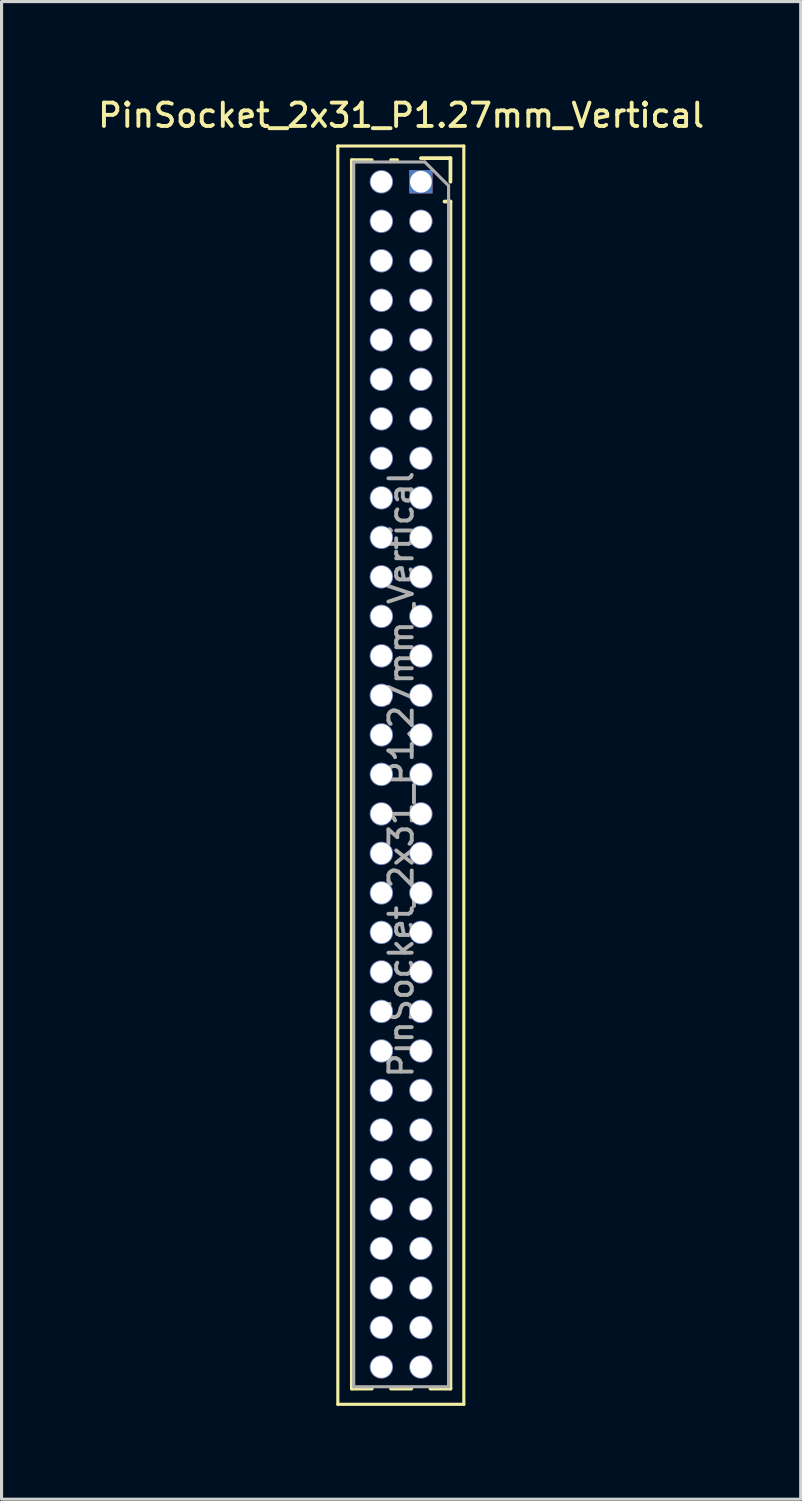
<source format=kicad_pcb>
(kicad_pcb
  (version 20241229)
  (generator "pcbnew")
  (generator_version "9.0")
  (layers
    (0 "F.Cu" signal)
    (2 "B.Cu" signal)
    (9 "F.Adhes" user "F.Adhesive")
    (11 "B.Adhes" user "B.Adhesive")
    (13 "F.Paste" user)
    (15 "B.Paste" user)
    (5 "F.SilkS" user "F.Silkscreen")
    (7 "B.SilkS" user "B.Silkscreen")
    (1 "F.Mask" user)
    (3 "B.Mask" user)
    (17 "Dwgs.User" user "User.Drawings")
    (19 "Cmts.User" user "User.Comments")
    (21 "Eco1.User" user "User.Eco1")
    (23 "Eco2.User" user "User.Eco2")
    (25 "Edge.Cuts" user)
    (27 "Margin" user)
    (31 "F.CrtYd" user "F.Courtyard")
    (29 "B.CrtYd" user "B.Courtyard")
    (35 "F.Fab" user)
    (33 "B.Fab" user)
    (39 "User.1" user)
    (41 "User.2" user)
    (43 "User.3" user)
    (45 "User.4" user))
  (footprint "PinSocket_2x31_P1.27mm_Vertical"
    (layer "F.Cu")
    (at 10.48 2.793)
    (property "Reference" "PinSocket_2x31_P1.27mm_Vertical" (at -0.635 -2.135 0) (layer "F.SilkS") (effects (font (size 0.75 0.75) (thickness 0.125))))
    (attr through_hole)
    (fp_line (start -2.67 -1.15) (end 1.38 -1.15) (stroke (width 0.1) (type solid)) (layer "F.SilkS"))
    (fp_line (start -2.67 39.3) (end -2.67 -1.15) (stroke (width 0.1) (type solid)) (layer "F.SilkS"))
    (fp_line (start -2.22 -0.695) (end -2.22 38.795) (stroke (width 0.12) (type solid)) (layer "F.SilkS"))
    (fp_line (start -2.22 -0.695) (end -1.578 -0.695) (stroke (width 0.12) (type solid)) (layer "F.SilkS"))
    (fp_line (start -2.22 38.795) (end -1.578 38.795) (stroke (width 0.12) (type solid)) (layer "F.SilkS"))
    (fp_line (start -0.962 -0.695) (end -0.76 -0.695) (stroke (width 0.12) (type solid)) (layer "F.SilkS"))
    (fp_line (start -0.962 38.795) (end -0.308 38.795) (stroke (width 0.12) (type solid)) (layer "F.SilkS"))
    (fp_line (start 0 -0.76) (end 0.95 -0.76) (stroke (width 0.12) (type solid)) (layer "F.SilkS"))
    (fp_line (start 0.308 38.795) (end 0.95 38.795) (stroke (width 0.12) (type solid)) (layer "F.SilkS"))
    (fp_line (start 0.76 0.635) (end 0.95 0.635) (stroke (width 0.12) (type solid)) (layer "F.SilkS"))
    (fp_line (start 0.95 -0.76) (end 0.95 0) (stroke (width 0.12) (type solid)) (layer "F.SilkS"))
    (fp_line (start 0.95 0.635) (end 0.95 38.795) (stroke (width 0.12) (type solid)) (layer "F.SilkS"))
    (fp_line (start 1.38 -1.15) (end 1.38 39.3) (stroke (width 0.1) (type solid)) (layer "F.SilkS"))
    (fp_line (start 1.38 39.3) (end -2.67 39.3) (stroke (width 0.1) (type solid)) (layer "F.SilkS"))
    (fp_line (start -2.16 -0.635) (end 0.128 -0.635) (stroke (width 0.1) (type solid)) (layer "F.Fab"))
    (fp_line (start -2.16 38.735) (end -2.16 -0.635) (stroke (width 0.1) (type solid)) (layer "F.Fab"))
    (fp_line (start 0.128 -0.635) (end 0.89 0.128) (stroke (width 0.1) (type solid)) (layer "F.Fab"))
    (fp_line (start 0.89 0.128) (end 0.89 38.735) (stroke (width 0.1) (type solid)) (layer "F.Fab"))
    (fp_line (start 0.89 38.735) (end -2.16 38.735) (stroke (width 0.1) (type solid)) (layer "F.Fab"))
    (fp_text user "${REFERENCE}" (at -0.635 19.05 90) (layer "F.Fab") (effects (font (size 0.75 0.75) (thickness 0.125))))
    (pad "1" thru_hole rect (at 0 0) (size 0.75 0.75) (drill 0.7) (layers "*.Cu" "*.Mask"))
    (pad "2" thru_hole oval (at -1.27 0) (size 0.75 0.75) (drill 0.7) (layers "*.Cu" "*.Mask"))
    (pad "3" thru_hole oval (at 0 1.27) (size 0.75 0.75) (drill 0.7) (layers "*.Cu" "*.Mask"))
    (pad "4" thru_hole oval (at -1.27 1.27) (size 0.75 0.75) (drill 0.7) (layers "*.Cu" "*.Mask"))
    (pad "5" thru_hole oval (at 0 2.54) (size 0.75 0.75) (drill 0.7) (layers "*.Cu" "*.Mask"))
    (pad "6" thru_hole oval (at -1.27 2.54) (size 0.75 0.75) (drill 0.7) (layers "*.Cu" "*.Mask"))
    (pad "7" thru_hole oval (at 0 3.81) (size 0.75 0.75) (drill 0.7) (layers "*.Cu" "*.Mask"))
    (pad "8" thru_hole oval (at -1.27 3.81) (size 0.75 0.75) (drill 0.7) (layers "*.Cu" "*.Mask"))
    (pad "9" thru_hole oval (at 0 5.08) (size 0.75 0.75) (drill 0.7) (layers "*.Cu" "*.Mask"))
    (pad "10" thru_hole oval (at -1.27 5.08) (size 0.75 0.75) (drill 0.7) (layers "*.Cu" "*.Mask"))
    (pad "11" thru_hole oval (at 0 6.35) (size 0.75 0.75) (drill 0.7) (layers "*.Cu" "*.Mask"))
    (pad "12" thru_hole oval (at -1.27 6.35) (size 0.75 0.75) (drill 0.7) (layers "*.Cu" "*.Mask"))
    (pad "13" thru_hole oval (at 0 7.62) (size 0.75 0.75) (drill 0.7) (layers "*.Cu" "*.Mask"))
    (pad "14" thru_hole oval (at -1.27 7.62) (size 0.75 0.75) (drill 0.7) (layers "*.Cu" "*.Mask"))
    (pad "15" thru_hole oval (at 0 8.89) (size 0.75 0.75) (drill 0.7) (layers "*.Cu" "*.Mask"))
    (pad "16" thru_hole oval (at -1.27 8.89) (size 0.75 0.75) (drill 0.7) (layers "*.Cu" "*.Mask"))
    (pad "17" thru_hole oval (at 0 10.16) (size 0.75 0.75) (drill 0.7) (layers "*.Cu" "*.Mask"))
    (pad "18" thru_hole oval (at -1.27 10.16) (size 0.75 0.75) (drill 0.7) (layers "*.Cu" "*.Mask"))
    (pad "19" thru_hole oval (at 0 11.43) (size 0.75 0.75) (drill 0.7) (layers "*.Cu" "*.Mask"))
    (pad "20" thru_hole oval (at -1.27 11.43) (size 0.75 0.75) (drill 0.7) (layers "*.Cu" "*.Mask"))
    (pad "21" thru_hole oval (at 0 12.7) (size 0.75 0.75) (drill 0.7) (layers "*.Cu" "*.Mask"))
    (pad "22" thru_hole oval (at -1.27 12.7) (size 0.75 0.75) (drill 0.7) (layers "*.Cu" "*.Mask"))
    (pad "23" thru_hole oval (at 0 13.97) (size 0.75 0.75) (drill 0.7) (layers "*.Cu" "*.Mask"))
    (pad "24" thru_hole oval (at -1.27 13.97) (size 0.75 0.75) (drill 0.7) (layers "*.Cu" "*.Mask"))
    (pad "25" thru_hole oval (at 0 15.24) (size 0.75 0.75) (drill 0.7) (layers "*.Cu" "*.Mask"))
    (pad "26" thru_hole oval (at -1.27 15.24) (size 0.75 0.75) (drill 0.7) (layers "*.Cu" "*.Mask"))
    (pad "27" thru_hole oval (at 0 16.51) (size 0.75 0.75) (drill 0.7) (layers "*.Cu" "*.Mask"))
    (pad "28" thru_hole oval (at -1.27 16.51) (size 0.75 0.75) (drill 0.7) (layers "*.Cu" "*.Mask"))
    (pad "29" thru_hole oval (at 0 17.78) (size 0.75 0.75) (drill 0.7) (layers "*.Cu" "*.Mask"))
    (pad "30" thru_hole oval (at -1.27 17.78) (size 0.75 0.75) (drill 0.7) (layers "*.Cu" "*.Mask"))
    (pad "31" thru_hole oval (at 0 19.05) (size 0.75 0.75) (drill 0.7) (layers "*.Cu" "*.Mask"))
    (pad "32" thru_hole oval (at -1.27 19.05) (size 0.75 0.75) (drill 0.7) (layers "*.Cu" "*.Mask"))
    (pad "33" thru_hole oval (at 0 20.32) (size 0.75 0.75) (drill 0.7) (layers "*.Cu" "*.Mask"))
    (pad "34" thru_hole oval (at -1.27 20.32) (size 0.75 0.75) (drill 0.7) (layers "*.Cu" "*.Mask"))
    (pad "35" thru_hole oval (at 0 21.59) (size 0.75 0.75) (drill 0.7) (layers "*.Cu" "*.Mask"))
    (pad "36" thru_hole oval (at -1.27 21.59) (size 0.75 0.75) (drill 0.7) (layers "*.Cu" "*.Mask"))
    (pad "37" thru_hole oval (at 0 22.86) (size 0.75 0.75) (drill 0.7) (layers "*.Cu" "*.Mask"))
    (pad "38" thru_hole oval (at -1.27 22.86) (size 0.75 0.75) (drill 0.7) (layers "*.Cu" "*.Mask"))
    (pad "39" thru_hole oval (at 0 24.13) (size 0.75 0.75) (drill 0.7) (layers "*.Cu" "*.Mask"))
    (pad "40" thru_hole oval (at -1.27 24.13) (size 0.75 0.75) (drill 0.7) (layers "*.Cu" "*.Mask"))
    (pad "41" thru_hole oval (at 0 25.4) (size 0.75 0.75) (drill 0.7) (layers "*.Cu" "*.Mask"))
    (pad "42" thru_hole oval (at -1.27 25.4) (size 0.75 0.75) (drill 0.7) (layers "*.Cu" "*.Mask"))
    (pad "43" thru_hole oval (at 0 26.67) (size 0.75 0.75) (drill 0.7) (layers "*.Cu" "*.Mask"))
    (pad "44" thru_hole oval (at -1.27 26.67) (size 0.75 0.75) (drill 0.7) (layers "*.Cu" "*.Mask"))
    (pad "45" thru_hole oval (at 0 27.94) (size 0.75 0.75) (drill 0.7) (layers "*.Cu" "*.Mask"))
    (pad "46" thru_hole oval (at -1.27 27.94) (size 0.75 0.75) (drill 0.7) (layers "*.Cu" "*.Mask"))
    (pad "47" thru_hole oval (at 0 29.21) (size 0.75 0.75) (drill 0.7) (layers "*.Cu" "*.Mask"))
    (pad "48" thru_hole oval (at -1.27 29.21) (size 0.75 0.75) (drill 0.7) (layers "*.Cu" "*.Mask"))
    (pad "49" thru_hole oval (at 0 30.48) (size 0.75 0.75) (drill 0.7) (layers "*.Cu" "*.Mask"))
    (pad "50" thru_hole oval (at -1.27 30.48) (size 0.75 0.75) (drill 0.7) (layers "*.Cu" "*.Mask"))
    (pad "51" thru_hole oval (at 0 31.75) (size 0.75 0.75) (drill 0.7) (layers "*.Cu" "*.Mask"))
    (pad "52" thru_hole oval (at -1.27 31.75) (size 0.75 0.75) (drill 0.7) (layers "*.Cu" "*.Mask"))
    (pad "53" thru_hole oval (at 0 33.02) (size 0.75 0.75) (drill 0.7) (layers "*.Cu" "*.Mask"))
    (pad "54" thru_hole oval (at -1.27 33.02) (size 0.75 0.75) (drill 0.7) (layers "*.Cu" "*.Mask"))
    (pad "55" thru_hole oval (at 0 34.29) (size 0.75 0.75) (drill 0.7) (layers "*.Cu" "*.Mask"))
    (pad "56" thru_hole oval (at -1.27 34.29) (size 0.75 0.75) (drill 0.7) (layers "*.Cu" "*.Mask"))
    (pad "57" thru_hole oval (at 0 35.56) (size 0.75 0.75) (drill 0.7) (layers "*.Cu" "*.Mask"))
    (pad "58" thru_hole oval (at -1.27 35.56) (size 0.75 0.75) (drill 0.7) (layers "*.Cu" "*.Mask"))
    (pad "59" thru_hole oval (at 0 36.83) (size 0.75 0.75) (drill 0.7) (layers "*.Cu" "*.Mask"))
    (pad "60" thru_hole oval (at -1.27 36.83) (size 0.75 0.75) (drill 0.7) (layers "*.Cu" "*.Mask"))
    (pad "61" thru_hole oval (at 0 38.1) (size 0.75 0.75) (drill 0.7) (layers "*.Cu" "*.Mask"))
    (pad "62" thru_hole oval (at -1.27 38.1) (size 0.75 0.75) (drill 0.7) (layers "*.Cu" "*.Mask")))
  (gr_rect
    (start -3 -3)
    (end 22.689 45.143)
    (stroke (width 0.1) (type default))
    (fill no)
    (layer "Edge.Cuts")))
</source>
